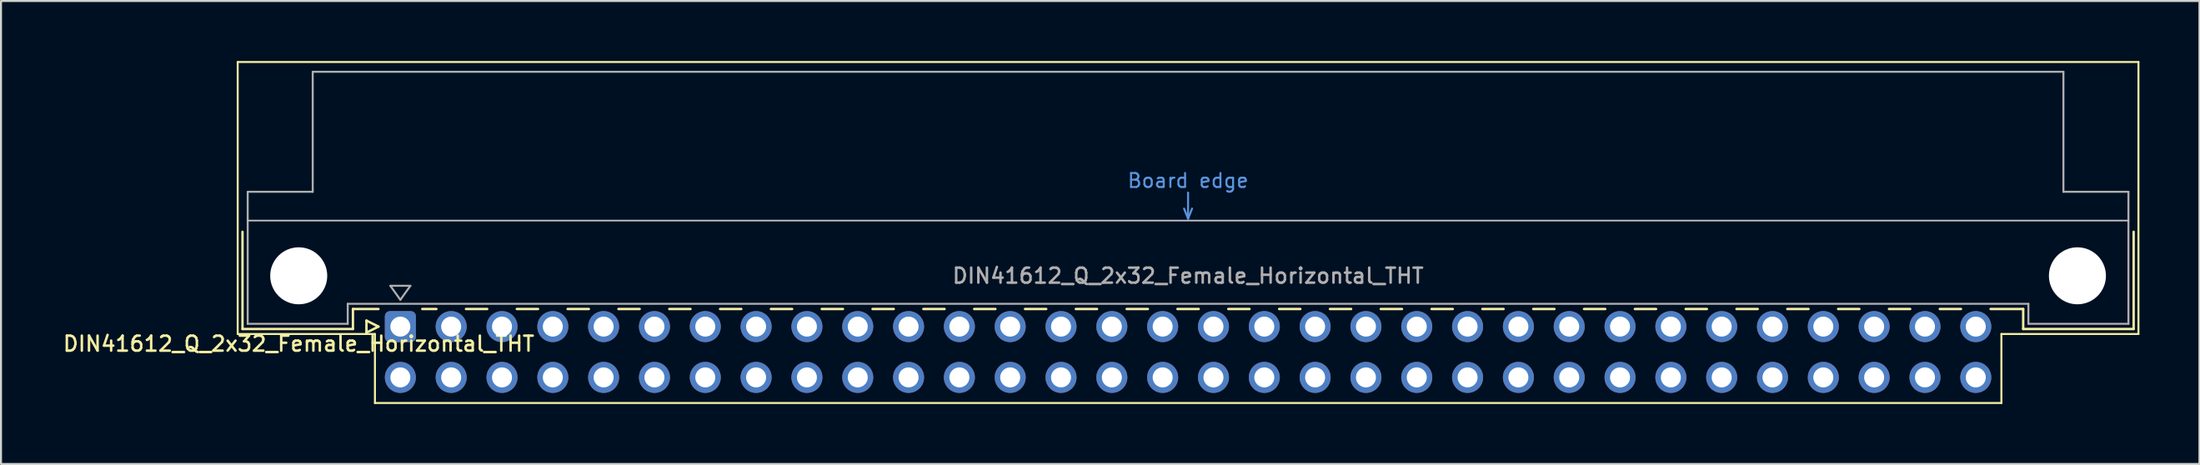
<source format=kicad_pcb>
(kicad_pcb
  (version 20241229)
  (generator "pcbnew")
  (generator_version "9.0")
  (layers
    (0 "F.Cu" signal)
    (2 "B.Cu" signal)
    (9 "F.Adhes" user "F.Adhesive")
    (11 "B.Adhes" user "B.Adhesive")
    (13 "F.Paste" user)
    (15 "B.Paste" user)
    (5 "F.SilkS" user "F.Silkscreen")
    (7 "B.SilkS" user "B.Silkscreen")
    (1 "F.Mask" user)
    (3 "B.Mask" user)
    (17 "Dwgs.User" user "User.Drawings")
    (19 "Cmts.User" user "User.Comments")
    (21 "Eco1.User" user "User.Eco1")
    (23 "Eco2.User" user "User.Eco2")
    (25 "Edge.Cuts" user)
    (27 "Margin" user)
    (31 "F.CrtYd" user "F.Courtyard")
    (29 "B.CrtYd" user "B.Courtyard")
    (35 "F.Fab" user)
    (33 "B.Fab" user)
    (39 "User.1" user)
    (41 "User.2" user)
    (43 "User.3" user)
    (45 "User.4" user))
  (footprint "DIN41612_Q_2x32_Female_Horizontal_THT"
    (layer "F.Cu")
    (at 16.96 13.28)
    (property "Reference" "DIN41612_Q_2x32_Female_Horizontal_THT" (at -5.08 0.86 0) (layer "F.SilkS") (effects (font (size 0.75 0.75) (thickness 0.125))))
    (attr through_hole)
    (fp_line (start -8.13 -13.23) (end -8.13 0.37) (stroke (width 0.1) (type solid)) (layer "F.SilkS"))
    (fp_line (start -8.13 0.37) (end -1.27 0.37) (stroke (width 0.1) (type solid)) (layer "F.SilkS"))
    (fp_line (start -7.89 -4.74) (end -7.89 0.12) (stroke (width 0.12) (type solid)) (layer "F.SilkS"))
    (fp_line (start -7.89 0.12) (end -2.37 0.12) (stroke (width 0.12) (type solid)) (layer "F.SilkS"))
    (fp_line (start -2.371 -0.88) (end -1.095 -0.88) (stroke (width 0.12) (type solid)) (layer "F.SilkS"))
    (fp_line (start -2.37 0.12) (end -2.37 -0.88) (stroke (width 0.12) (type solid)) (layer "F.SilkS"))
    (fp_line (start -1.695 -0.3) (end -1.695 0.3) (stroke (width 0.12) (type solid)) (layer "F.SilkS"))
    (fp_line (start -1.695 0.3) (end -1.095 0) (stroke (width 0.12) (type solid)) (layer "F.SilkS"))
    (fp_line (start -1.27 0.37) (end -1.27 3.82) (stroke (width 0.1) (type solid)) (layer "F.SilkS"))
    (fp_line (start -1.27 3.82) (end 80.02 3.82) (stroke (width 0.1) (type solid)) (layer "F.SilkS"))
    (fp_line (start -1.095 0) (end -1.695 -0.3) (stroke (width 0.12) (type solid)) (layer "F.SilkS"))
    (fp_line (start 1.095 -0.88) (end 1.801 -0.88) (stroke (width 0.12) (type solid)) (layer "F.SilkS"))
    (fp_line (start 3.28 -0.88) (end 4.341 -0.88) (stroke (width 0.12) (type solid)) (layer "F.SilkS"))
    (fp_line (start 5.82 -0.88) (end 6.881 -0.88) (stroke (width 0.12) (type solid)) (layer "F.SilkS"))
    (fp_line (start 8.36 -0.88) (end 9.421 -0.88) (stroke (width 0.12) (type solid)) (layer "F.SilkS"))
    (fp_line (start 10.9 -0.88) (end 11.961 -0.88) (stroke (width 0.12) (type solid)) (layer "F.SilkS"))
    (fp_line (start 13.44 -0.88) (end 14.501 -0.88) (stroke (width 0.12) (type solid)) (layer "F.SilkS"))
    (fp_line (start 15.98 -0.88) (end 17.041 -0.88) (stroke (width 0.12) (type solid)) (layer "F.SilkS"))
    (fp_line (start 18.52 -0.88) (end 19.581 -0.88) (stroke (width 0.12) (type solid)) (layer "F.SilkS"))
    (fp_line (start 21.06 -0.88) (end 22.121 -0.88) (stroke (width 0.12) (type solid)) (layer "F.SilkS"))
    (fp_line (start 23.6 -0.88) (end 24.661 -0.88) (stroke (width 0.12) (type solid)) (layer "F.SilkS"))
    (fp_line (start 26.14 -0.88) (end 27.201 -0.88) (stroke (width 0.12) (type solid)) (layer "F.SilkS"))
    (fp_line (start 28.68 -0.88) (end 29.741 -0.88) (stroke (width 0.12) (type solid)) (layer "F.SilkS"))
    (fp_line (start 31.22 -0.88) (end 32.281 -0.88) (stroke (width 0.12) (type solid)) (layer "F.SilkS"))
    (fp_line (start 33.76 -0.88) (end 34.821 -0.88) (stroke (width 0.12) (type solid)) (layer "F.SilkS"))
    (fp_line (start 36.3 -0.88) (end 37.361 -0.88) (stroke (width 0.12) (type solid)) (layer "F.SilkS"))
    (fp_line (start 38.84 -0.88) (end 39.901 -0.88) (stroke (width 0.12) (type solid)) (layer "F.SilkS"))
    (fp_line (start 41.38 -0.88) (end 42.441 -0.88) (stroke (width 0.12) (type solid)) (layer "F.SilkS"))
    (fp_line (start 43.92 -0.88) (end 44.981 -0.88) (stroke (width 0.12) (type solid)) (layer "F.SilkS"))
    (fp_line (start 46.46 -0.88) (end 47.521 -0.88) (stroke (width 0.12) (type solid)) (layer "F.SilkS"))
    (fp_line (start 49 -0.88) (end 50.061 -0.88) (stroke (width 0.12) (type solid)) (layer "F.SilkS"))
    (fp_line (start 51.54 -0.88) (end 52.601 -0.88) (stroke (width 0.12) (type solid)) (layer "F.SilkS"))
    (fp_line (start 54.08 -0.88) (end 55.141 -0.88) (stroke (width 0.12) (type solid)) (layer "F.SilkS"))
    (fp_line (start 56.62 -0.88) (end 57.681 -0.88) (stroke (width 0.12) (type solid)) (layer "F.SilkS"))
    (fp_line (start 59.16 -0.88) (end 60.221 -0.88) (stroke (width 0.12) (type solid)) (layer "F.SilkS"))
    (fp_line (start 61.7 -0.88) (end 62.761 -0.88) (stroke (width 0.12) (type solid)) (layer "F.SilkS"))
    (fp_line (start 64.24 -0.88) (end 65.301 -0.88) (stroke (width 0.12) (type solid)) (layer "F.SilkS"))
    (fp_line (start 66.78 -0.88) (end 67.841 -0.88) (stroke (width 0.12) (type solid)) (layer "F.SilkS"))
    (fp_line (start 69.32 -0.88) (end 70.381 -0.88) (stroke (width 0.12) (type solid)) (layer "F.SilkS"))
    (fp_line (start 71.86 -0.88) (end 72.921 -0.88) (stroke (width 0.12) (type solid)) (layer "F.SilkS"))
    (fp_line (start 74.4 -0.88) (end 75.461 -0.88) (stroke (width 0.12) (type solid)) (layer "F.SilkS"))
    (fp_line (start 76.94 -0.88) (end 78.001 -0.88) (stroke (width 0.12) (type solid)) (layer "F.SilkS"))
    (fp_line (start 79.48 -0.88) (end 81.11 -0.88) (stroke (width 0.12) (type solid)) (layer "F.SilkS"))
    (fp_line (start 80.02 0.37) (end 86.87 0.37) (stroke (width 0.1) (type solid)) (layer "F.SilkS"))
    (fp_line (start 80.02 3.82) (end 80.02 0.37) (stroke (width 0.1) (type solid)) (layer "F.SilkS"))
    (fp_line (start 81.11 0.12) (end 81.11 -0.88) (stroke (width 0.12) (type solid)) (layer "F.SilkS"))
    (fp_line (start 86.63 -4.74) (end 86.63 0.12) (stroke (width 0.12) (type solid)) (layer "F.SilkS"))
    (fp_line (start 86.63 0.12) (end 81.11 0.12) (stroke (width 0.12) (type solid)) (layer "F.SilkS"))
    (fp_line (start 86.87 -13.23) (end -8.13 -13.23) (stroke (width 0.1) (type solid)) (layer "F.SilkS"))
    (fp_line (start 86.87 0.37) (end 86.87 -13.23) (stroke (width 0.1) (type solid)) (layer "F.SilkS"))
    (fp_line (start -7.63 -5.3) (end 86.37 -5.3) (stroke (width 0.08) (type solid)) (layer "Dwgs.User"))
    (fp_line (start 39.17 -5.9) (end 39.37 -5.4) (stroke (width 0.1) (type solid)) (layer "Cmts.User"))
    (fp_line (start 39.37 -5.4) (end 39.37 -6.7) (stroke (width 0.1) (type solid)) (layer "Cmts.User"))
    (fp_line (start 39.37 -5.4) (end 39.57 -5.9) (stroke (width 0.1) (type solid)) (layer "Cmts.User"))
    (fp_line (start -7.63 -6.74) (end -7.63 -0.14) (stroke (width 0.1) (type solid)) (layer "F.Fab"))
    (fp_line (start -7.63 -0.14) (end -2.63 -0.14) (stroke (width 0.1) (type solid)) (layer "F.Fab"))
    (fp_line (start -4.38 -12.74) (end -4.38 -6.74) (stroke (width 0.1) (type solid)) (layer "F.Fab"))
    (fp_line (start -4.38 -6.74) (end -7.63 -6.74) (stroke (width 0.1) (type solid)) (layer "F.Fab"))
    (fp_line (start -2.63 -1.14) (end 81.37 -1.14) (stroke (width 0.1) (type solid)) (layer "F.Fab"))
    (fp_line (start -2.63 -0.14) (end -2.63 -1.14) (stroke (width 0.1) (type solid)) (layer "F.Fab"))
    (fp_line (start -0.5 -2.04) (end 0.5 -2.04) (stroke (width 0.1) (type solid)) (layer "F.Fab"))
    (fp_line (start 0 -1.34) (end -0.5 -2.04) (stroke (width 0.1) (type solid)) (layer "F.Fab"))
    (fp_line (start 0.5 -2.04) (end 0 -1.34) (stroke (width 0.1) (type solid)) (layer "F.Fab"))
    (fp_line (start 81.37 -1.14) (end 81.37 -0.14) (stroke (width 0.1) (type solid)) (layer "F.Fab"))
    (fp_line (start 81.37 -0.14) (end 86.37 -0.14) (stroke (width 0.1) (type solid)) (layer "F.Fab"))
    (fp_line (start 83.12 -12.74) (end -4.38 -12.74) (stroke (width 0.1) (type solid)) (layer "F.Fab"))
    (fp_line (start 83.12 -6.74) (end 83.12 -12.74) (stroke (width 0.1) (type solid)) (layer "F.Fab"))
    (fp_line (start 86.37 -6.74) (end 83.12 -6.74) (stroke (width 0.1) (type solid)) (layer "F.Fab"))
    (fp_line (start 86.37 -0.14) (end 86.37 -6.74) (stroke (width 0.1) (type solid)) (layer "F.Fab"))
    (fp_text user "Board edge" (at 39.37 -7.3 0) (layer "Cmts.User") (effects (font (size 0.7 0.7) (thickness 0.1))))
    (fp_text user "${REFERENCE}" (at 39.37 -2.54 0) (layer "F.Fab") (effects (font (size 0.75 0.75) (thickness 0.125))))
    (pad "" np_thru_hole circle (at -5.08 -2.54) (size 2.85 2.85) (drill 2.85) (layers "*.Cu" "*.Mask"))
    (pad "" np_thru_hole circle (at 83.82 -2.54) (size 2.85 2.85) (drill 2.85) (layers "*.Cu" "*.Mask"))
    (pad "a1" thru_hole roundrect (at 0 0) (size 1.55 1.55) (drill 1) (layers "*.Cu" "*.Mask") (roundrect_rratio 0.161))
    (pad "a2" thru_hole circle (at 2.54 0) (size 1.55 1.55) (drill 1) (layers "*.Cu" "*.Mask"))
    (pad "a3" thru_hole circle (at 5.08 0) (size 1.55 1.55) (drill 1) (layers "*.Cu" "*.Mask"))
    (pad "a4" thru_hole circle (at 7.62 0) (size 1.55 1.55) (drill 1) (layers "*.Cu" "*.Mask"))
    (pad "a5" thru_hole circle (at 10.16 0) (size 1.55 1.55) (drill 1) (layers "*.Cu" "*.Mask"))
    (pad "a6" thru_hole circle (at 12.7 0) (size 1.55 1.55) (drill 1) (layers "*.Cu" "*.Mask"))
    (pad "a7" thru_hole circle (at 15.24 0) (size 1.55 1.55) (drill 1) (layers "*.Cu" "*.Mask"))
    (pad "a8" thru_hole circle (at 17.78 0) (size 1.55 1.55) (drill 1) (layers "*.Cu" "*.Mask"))
    (pad "a9" thru_hole circle (at 20.32 0) (size 1.55 1.55) (drill 1) (layers "*.Cu" "*.Mask"))
    (pad "a10" thru_hole circle (at 22.86 0) (size 1.55 1.55) (drill 1) (layers "*.Cu" "*.Mask"))
    (pad "a11" thru_hole circle (at 25.4 0) (size 1.55 1.55) (drill 1) (layers "*.Cu" "*.Mask"))
    (pad "a12" thru_hole circle (at 27.94 0) (size 1.55 1.55) (drill 1) (layers "*.Cu" "*.Mask"))
    (pad "a13" thru_hole circle (at 30.48 0) (size 1.55 1.55) (drill 1) (layers "*.Cu" "*.Mask"))
    (pad "a14" thru_hole circle (at 33.02 0) (size 1.55 1.55) (drill 1) (layers "*.Cu" "*.Mask"))
    (pad "a15" thru_hole circle (at 35.56 0) (size 1.55 1.55) (drill 1) (layers "*.Cu" "*.Mask"))
    (pad "a16" thru_hole circle (at 38.1 0) (size 1.55 1.55) (drill 1) (layers "*.Cu" "*.Mask"))
    (pad "a17" thru_hole circle (at 40.64 0) (size 1.55 1.55) (drill 1) (layers "*.Cu" "*.Mask"))
    (pad "a18" thru_hole circle (at 43.18 0) (size 1.55 1.55) (drill 1) (layers "*.Cu" "*.Mask"))
    (pad "a19" thru_hole circle (at 45.72 0) (size 1.55 1.55) (drill 1) (layers "*.Cu" "*.Mask"))
    (pad "a20" thru_hole circle (at 48.26 0) (size 1.55 1.55) (drill 1) (layers "*.Cu" "*.Mask"))
    (pad "a21" thru_hole circle (at 50.8 0) (size 1.55 1.55) (drill 1) (layers "*.Cu" "*.Mask"))
    (pad "a22" thru_hole circle (at 53.34 0) (size 1.55 1.55) (drill 1) (layers "*.Cu" "*.Mask"))
    (pad "a23" thru_hole circle (at 55.88 0) (size 1.55 1.55) (drill 1) (layers "*.Cu" "*.Mask"))
    (pad "a24" thru_hole circle (at 58.42 0) (size 1.55 1.55) (drill 1) (layers "*.Cu" "*.Mask"))
    (pad "a25" thru_hole circle (at 60.96 0) (size 1.55 1.55) (drill 1) (layers "*.Cu" "*.Mask"))
    (pad "a26" thru_hole circle (at 63.5 0) (size 1.55 1.55) (drill 1) (layers "*.Cu" "*.Mask"))
    (pad "a27" thru_hole circle (at 66.04 0) (size 1.55 1.55) (drill 1) (layers "*.Cu" "*.Mask"))
    (pad "a28" thru_hole circle (at 68.58 0) (size 1.55 1.55) (drill 1) (layers "*.Cu" "*.Mask"))
    (pad "a29" thru_hole circle (at 71.12 0) (size 1.55 1.55) (drill 1) (layers "*.Cu" "*.Mask"))
    (pad "a30" thru_hole circle (at 73.66 0) (size 1.55 1.55) (drill 1) (layers "*.Cu" "*.Mask"))
    (pad "a31" thru_hole circle (at 76.2 0) (size 1.55 1.55) (drill 1) (layers "*.Cu" "*.Mask"))
    (pad "a32" thru_hole circle (at 78.74 0) (size 1.55 1.55) (drill 1) (layers "*.Cu" "*.Mask"))
    (pad "b1" thru_hole circle (at 0 2.54) (size 1.55 1.55) (drill 1) (layers "*.Cu" "*.Mask"))
    (pad "b2" thru_hole circle (at 2.54 2.54) (size 1.55 1.55) (drill 1) (layers "*.Cu" "*.Mask"))
    (pad "b3" thru_hole circle (at 5.08 2.54) (size 1.55 1.55) (drill 1) (layers "*.Cu" "*.Mask"))
    (pad "b4" thru_hole circle (at 7.62 2.54) (size 1.55 1.55) (drill 1) (layers "*.Cu" "*.Mask"))
    (pad "b5" thru_hole circle (at 10.16 2.54) (size 1.55 1.55) (drill 1) (layers "*.Cu" "*.Mask"))
    (pad "b6" thru_hole circle (at 12.7 2.54) (size 1.55 1.55) (drill 1) (layers "*.Cu" "*.Mask"))
    (pad "b7" thru_hole circle (at 15.24 2.54) (size 1.55 1.55) (drill 1) (layers "*.Cu" "*.Mask"))
    (pad "b8" thru_hole circle (at 17.78 2.54) (size 1.55 1.55) (drill 1) (layers "*.Cu" "*.Mask"))
    (pad "b9" thru_hole circle (at 20.32 2.54) (size 1.55 1.55) (drill 1) (layers "*.Cu" "*.Mask"))
    (pad "b10" thru_hole circle (at 22.86 2.54) (size 1.55 1.55) (drill 1) (layers "*.Cu" "*.Mask"))
    (pad "b11" thru_hole circle (at 25.4 2.54) (size 1.55 1.55) (drill 1) (layers "*.Cu" "*.Mask"))
    (pad "b12" thru_hole circle (at 27.94 2.54) (size 1.55 1.55) (drill 1) (layers "*.Cu" "*.Mask"))
    (pad "b13" thru_hole circle (at 30.48 2.54) (size 1.55 1.55) (drill 1) (layers "*.Cu" "*.Mask"))
    (pad "b14" thru_hole circle (at 33.02 2.54) (size 1.55 1.55) (drill 1) (layers "*.Cu" "*.Mask"))
    (pad "b15" thru_hole circle (at 35.56 2.54) (size 1.55 1.55) (drill 1) (layers "*.Cu" "*.Mask"))
    (pad "b16" thru_hole circle (at 38.1 2.54) (size 1.55 1.55) (drill 1) (layers "*.Cu" "*.Mask"))
    (pad "b17" thru_hole circle (at 40.64 2.54) (size 1.55 1.55) (drill 1) (layers "*.Cu" "*.Mask"))
    (pad "b18" thru_hole circle (at 43.18 2.54) (size 1.55 1.55) (drill 1) (layers "*.Cu" "*.Mask"))
    (pad "b19" thru_hole circle (at 45.72 2.54) (size 1.55 1.55) (drill 1) (layers "*.Cu" "*.Mask"))
    (pad "b20" thru_hole circle (at 48.26 2.54) (size 1.55 1.55) (drill 1) (layers "*.Cu" "*.Mask"))
    (pad "b21" thru_hole circle (at 50.8 2.54) (size 1.55 1.55) (drill 1) (layers "*.Cu" "*.Mask"))
    (pad "b22" thru_hole circle (at 53.34 2.54) (size 1.55 1.55) (drill 1) (layers "*.Cu" "*.Mask"))
    (pad "b23" thru_hole circle (at 55.88 2.54) (size 1.55 1.55) (drill 1) (layers "*.Cu" "*.Mask"))
    (pad "b24" thru_hole circle (at 58.42 2.54) (size 1.55 1.55) (drill 1) (layers "*.Cu" "*.Mask"))
    (pad "b25" thru_hole circle (at 60.96 2.54) (size 1.55 1.55) (drill 1) (layers "*.Cu" "*.Mask"))
    (pad "b26" thru_hole circle (at 63.5 2.54) (size 1.55 1.55) (drill 1) (layers "*.Cu" "*.Mask"))
    (pad "b27" thru_hole circle (at 66.04 2.54) (size 1.55 1.55) (drill 1) (layers "*.Cu" "*.Mask"))
    (pad "b28" thru_hole circle (at 68.58 2.54) (size 1.55 1.55) (drill 1) (layers "*.Cu" "*.Mask"))
    (pad "b29" thru_hole circle (at 71.12 2.54) (size 1.55 1.55) (drill 1) (layers "*.Cu" "*.Mask"))
    (pad "b30" thru_hole circle (at 73.66 2.54) (size 1.55 1.55) (drill 1) (layers "*.Cu" "*.Mask"))
    (pad "b31" thru_hole circle (at 76.2 2.54) (size 1.55 1.55) (drill 1) (layers "*.Cu" "*.Mask"))
    (pad "b32" thru_hole circle (at 78.74 2.54) (size 1.55 1.55) (drill 1) (layers "*.Cu" "*.Mask")))
  (gr_rect
    (start -3 -3)
    (end 106.88 20.15)
    (stroke (width 0.1) (type default))
    (fill no)
    (layer "Edge.Cuts")))
</source>
